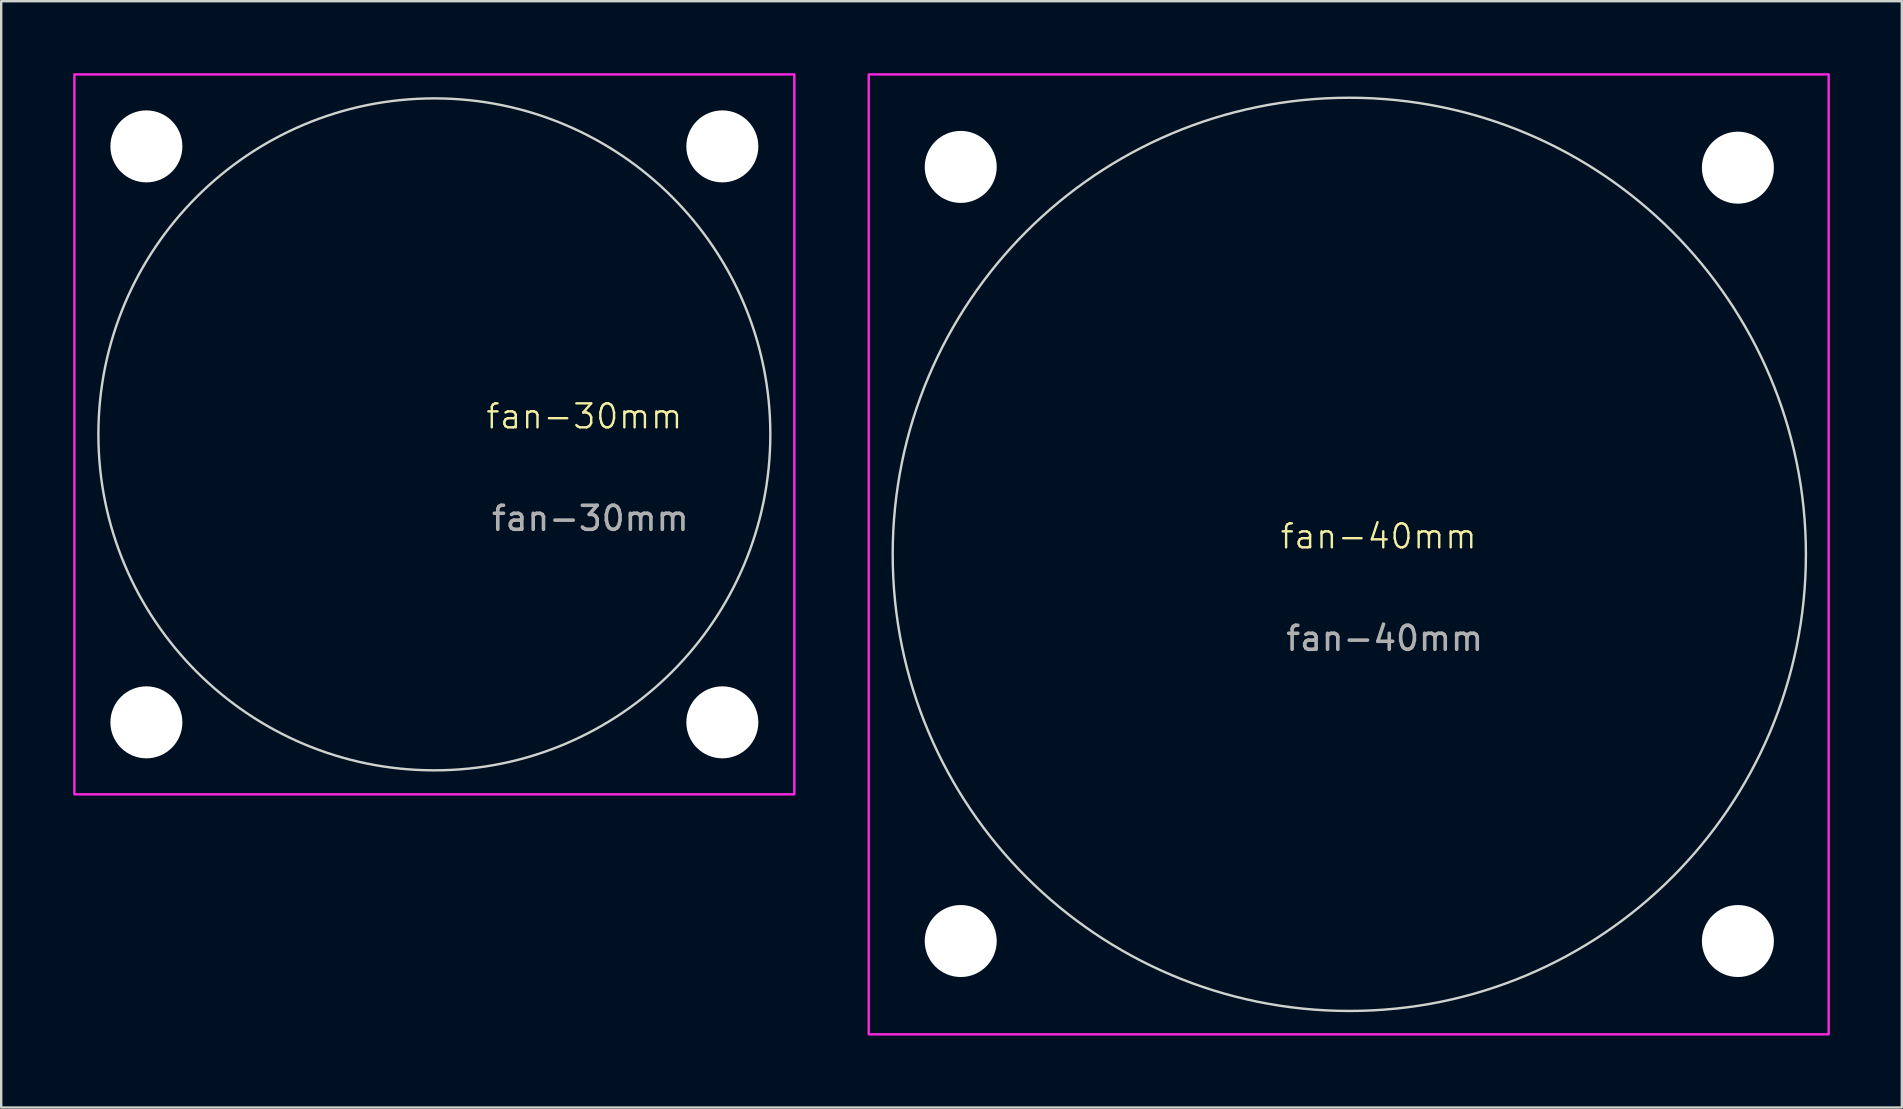
<source format=kicad_pcb>
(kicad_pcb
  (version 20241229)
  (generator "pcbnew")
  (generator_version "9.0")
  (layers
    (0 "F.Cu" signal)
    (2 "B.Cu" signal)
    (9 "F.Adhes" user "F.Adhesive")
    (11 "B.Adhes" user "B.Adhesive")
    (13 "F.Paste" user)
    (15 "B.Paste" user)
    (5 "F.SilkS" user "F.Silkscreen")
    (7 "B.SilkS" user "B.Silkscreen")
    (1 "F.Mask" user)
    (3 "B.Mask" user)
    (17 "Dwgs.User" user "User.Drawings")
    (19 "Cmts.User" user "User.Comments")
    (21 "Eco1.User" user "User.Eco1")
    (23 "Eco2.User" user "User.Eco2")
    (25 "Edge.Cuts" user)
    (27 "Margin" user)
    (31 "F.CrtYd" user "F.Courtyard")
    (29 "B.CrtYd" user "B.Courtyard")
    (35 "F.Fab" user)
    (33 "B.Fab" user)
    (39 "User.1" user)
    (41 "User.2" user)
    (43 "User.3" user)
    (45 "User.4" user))
  (footprint "fan-40mm"
    (layer "F.Cu")
    (at 34.15 20.05)
    (property "Reference" "fan-40mm" (at 20.25 -0.75 0) (unlocked yes) (layer "F.SilkS") (effects (font (size 1 1) (thickness 0.1))))
    (attr smd)
    (fp_circle (center 19.026 0) (end 38.053 0) (stroke (width 0.1) (type solid)) (fill no) (layer "Edge.Cuts"))
    (fp_rect (start -1 -20) (end 39 20) (stroke (width 0.1) (type default)) (fill no) (layer "F.CrtYd"))
    (fp_text user "${REFERENCE}" (at 20.5 3.5 0) (unlocked yes) (layer "F.Fab") (effects (font (size 1 1) (thickness 0.15))))
    (pad "" np_thru_hole circle (at 2.834 -16.145) (size 3 3) (drill 3) (layers "*.Cu" "*.Mask"))
    (pad "" np_thru_hole circle (at 2.834 16.113) (size 3 3) (drill 3) (layers "*.Cu" "*.Mask"))
    (pad "" np_thru_hole circle (at 35.219 -16.113) (size 3 3) (drill 3) (layers "*.Cu" "*.Mask"))
    (pad "" np_thru_hole circle (at 35.219 16.113) (size 3 3) (drill 3) (layers "*.Cu" "*.Mask")))
  (footprint "fan-30mm"
    (layer "F.Cu")
    (at 1.05 15.05)
    (property "Reference" "fan-30mm" (at 20.25 -0.75 0) (unlocked yes) (layer "F.SilkS") (effects (font (size 1 1) (thickness 0.1))))
    (attr smd)
    (fp_circle (center 14 0) (end 28 0) (stroke (width 0.1) (type solid)) (fill no) (layer "Edge.Cuts"))
    (fp_rect (start -1 -15) (end 29 15) (stroke (width 0.1) (type default)) (fill no) (layer "F.CrtYd"))
    (fp_text user "${REFERENCE}" (at 20.5 3.5 0) (unlocked yes) (layer "F.Fab") (effects (font (size 1 1) (thickness 0.15))))
    (pad "" np_thru_hole circle (at 2 -12) (size 3 3) (drill 3) (layers "*.Cu" "*.Mask"))
    (pad "" np_thru_hole circle (at 2 12) (size 3 3) (drill 3) (layers "*.Cu" "*.Mask"))
    (pad "" np_thru_hole circle (at 26 -12) (size 3 3) (drill 3) (layers "*.Cu" "*.Mask"))
    (pad "" np_thru_hole circle (at 26 12) (size 3 3) (drill 3) (layers "*.Cu" "*.Mask")))
  (gr_rect
    (start -3 -3)
    (end 76.2 43.1)
    (stroke (width 0.1) (type default))
    (fill no)
    (layer "Edge.Cuts")))
</source>
